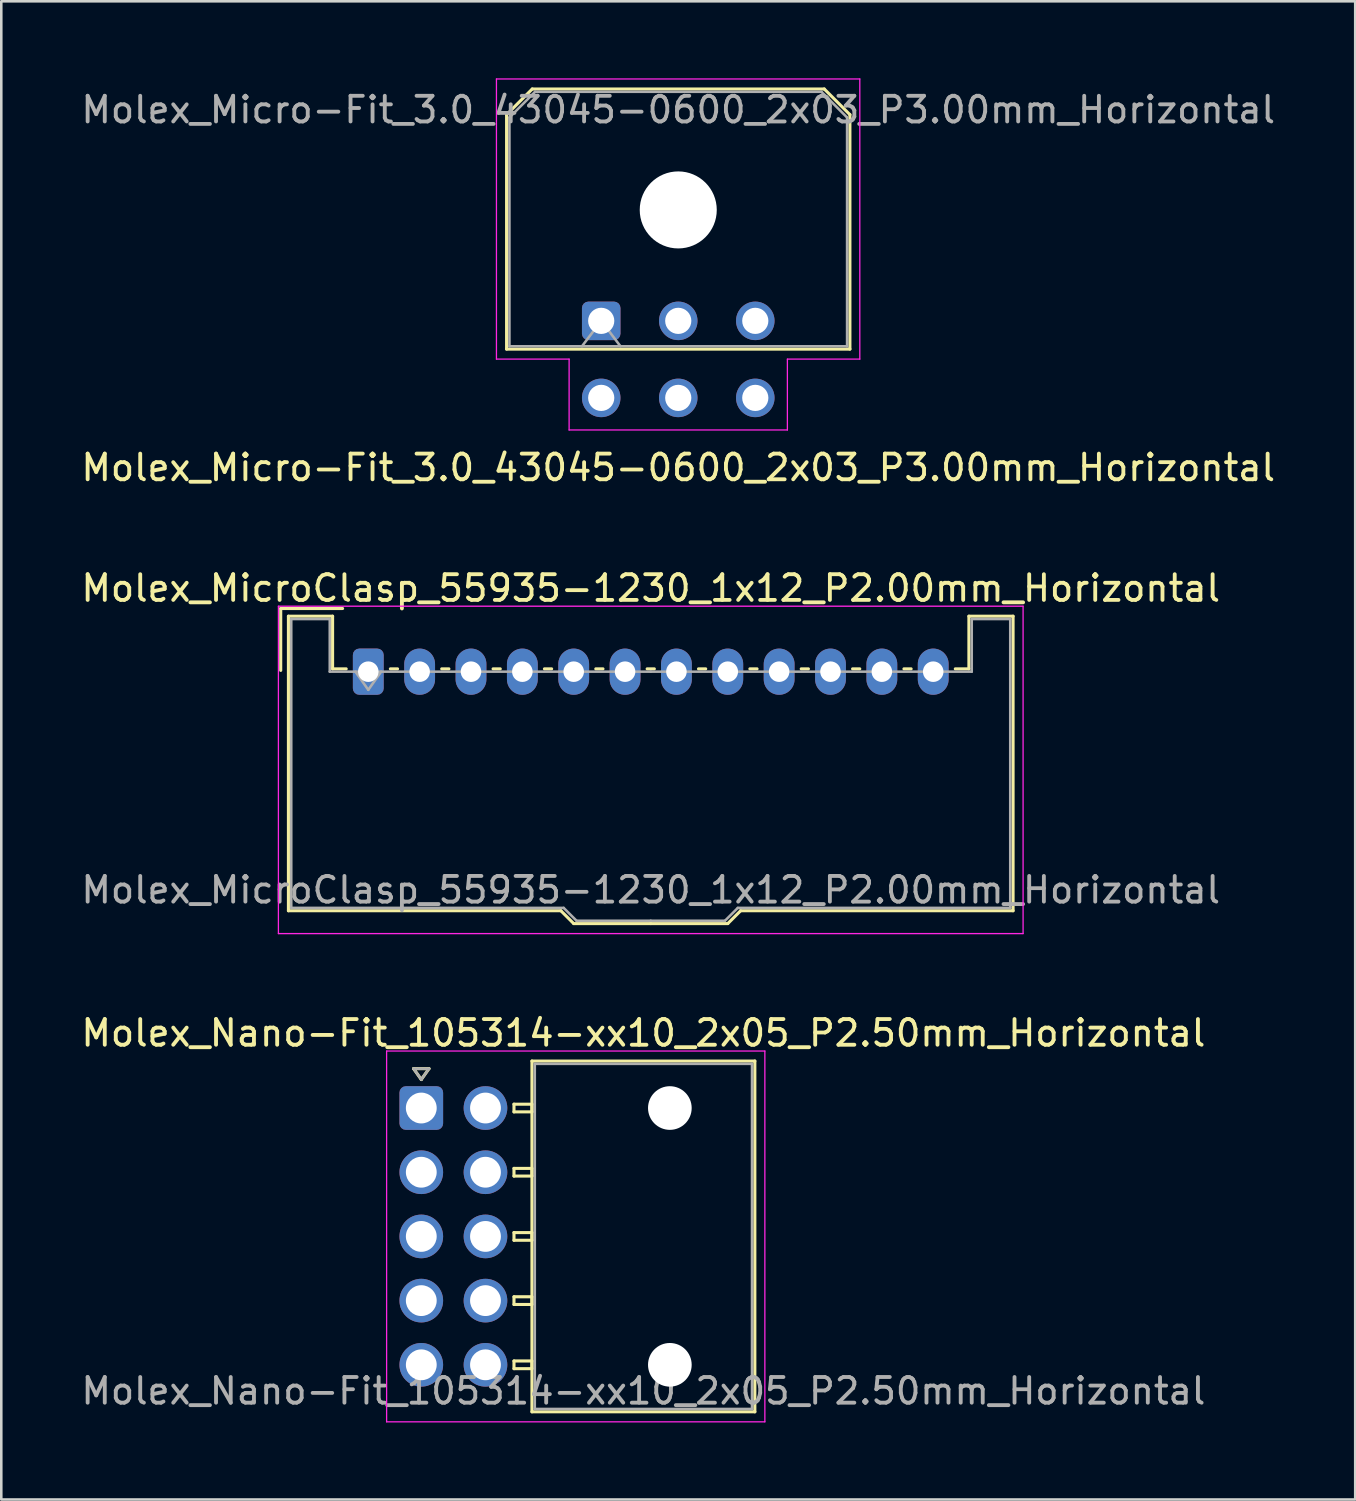
<source format=kicad_pcb>
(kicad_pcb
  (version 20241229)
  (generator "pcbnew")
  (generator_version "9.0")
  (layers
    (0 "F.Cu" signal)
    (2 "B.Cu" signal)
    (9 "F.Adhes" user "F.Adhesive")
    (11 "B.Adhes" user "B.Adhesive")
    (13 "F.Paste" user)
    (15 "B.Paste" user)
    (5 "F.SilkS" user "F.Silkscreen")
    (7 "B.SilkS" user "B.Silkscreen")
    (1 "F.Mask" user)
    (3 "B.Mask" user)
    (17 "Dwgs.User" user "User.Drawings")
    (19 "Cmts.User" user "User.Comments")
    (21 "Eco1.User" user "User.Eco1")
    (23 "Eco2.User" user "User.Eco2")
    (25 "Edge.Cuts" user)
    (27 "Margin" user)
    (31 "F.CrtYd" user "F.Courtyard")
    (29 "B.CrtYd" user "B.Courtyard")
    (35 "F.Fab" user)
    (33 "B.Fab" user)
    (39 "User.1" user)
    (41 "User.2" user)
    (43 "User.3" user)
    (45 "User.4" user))
  (footprint "Molex_Micro-Fit_3.0_43045-0600_2x03_P3.00mm_Horizontal"
    (layer "F.Cu")
    (at 20.363 9.445)
    (property "Reference" "Molex_Micro-Fit_3.0_43045-0600_2x03_P3.00mm_Horizontal" (at 3 5.715 0) (layer "F.SilkS") (effects (font (size 1 1) (thickness 0.15))))
    (attr through_hole)
    (fp_line (start -3.685 -8.03) (end -2.685 -9.03) (stroke (width 0.12) (type solid)) (layer "F.SilkS"))
    (fp_line (start -3.685 1.1) (end -3.685 -8.03) (stroke (width 0.12) (type solid)) (layer "F.SilkS"))
    (fp_line (start -2.685 -9.03) (end 8.685 -9.03) (stroke (width 0.12) (type solid)) (layer "F.SilkS"))
    (fp_line (start 8.685 -9.03) (end 9.685 -8.03) (stroke (width 0.12) (type solid)) (layer "F.SilkS"))
    (fp_line (start 9.685 -8.03) (end 9.685 1.1) (stroke (width 0.12) (type solid)) (layer "F.SilkS"))
    (fp_line (start 9.685 1.1) (end -3.685 1.1) (stroke (width 0.12) (type solid)) (layer "F.SilkS"))
    (fp_line (start -4.08 -9.42) (end 10.07 -9.42) (stroke (width 0.05) (type solid)) (layer "F.CrtYd"))
    (fp_line (start -4.08 1.49) (end -4.08 -9.42) (stroke (width 0.05) (type solid)) (layer "F.CrtYd"))
    (fp_line (start -1.25 1.49) (end -4.08 1.49) (stroke (width 0.05) (type solid)) (layer "F.CrtYd"))
    (fp_line (start -1.25 4.25) (end -1.25 1.49) (stroke (width 0.05) (type solid)) (layer "F.CrtYd"))
    (fp_line (start 7.25 1.49) (end 7.25 4.25) (stroke (width 0.05) (type solid)) (layer "F.CrtYd"))
    (fp_line (start 7.25 4.25) (end -1.25 4.25) (stroke (width 0.05) (type solid)) (layer "F.CrtYd"))
    (fp_line (start 10.07 -9.42) (end 10.07 1.49) (stroke (width 0.05) (type solid)) (layer "F.CrtYd"))
    (fp_line (start 10.07 1.49) (end 7.25 1.49) (stroke (width 0.05) (type solid)) (layer "F.CrtYd"))
    (fp_line (start -3.575 -7.92) (end -2.575 -8.92) (stroke (width 0.1) (type solid)) (layer "F.Fab"))
    (fp_line (start -3.575 0.99) (end -3.575 -7.92) (stroke (width 0.1) (type solid)) (layer "F.Fab"))
    (fp_line (start -2.575 -8.92) (end 8.575 -8.92) (stroke (width 0.1) (type solid)) (layer "F.Fab"))
    (fp_line (start -0.75 0.99) (end 0 0) (stroke (width 0.1) (type solid)) (layer "F.Fab"))
    (fp_line (start 0 0) (end 0.75 0.99) (stroke (width 0.1) (type solid)) (layer "F.Fab"))
    (fp_line (start 8.575 -8.92) (end 9.575 -7.92) (stroke (width 0.1) (type solid)) (layer "F.Fab"))
    (fp_line (start 9.575 -7.92) (end 9.575 0.99) (stroke (width 0.1) (type solid)) (layer "F.Fab"))
    (fp_line (start 9.575 0.99) (end -3.575 0.99) (stroke (width 0.1) (type solid)) (layer "F.Fab"))
    (fp_text user "${REFERENCE}" (at 3 -8.22 0) (layer "F.Fab") (effects (font (size 1 1) (thickness 0.15))))
    (pad "" np_thru_hole circle (at 3 -4.32) (size 3 3) (drill 3) (layers "*.Cu" "*.Mask"))
    (pad "1" thru_hole roundrect (at 0 0) (size 1.5 1.5) (drill 1.02) (layers "*.Cu" "*.Mask") (roundrect_rratio 0.167))
    (pad "2" thru_hole circle (at 3 0) (size 1.5 1.5) (drill 1.02) (layers "*.Cu" "*.Mask"))
    (pad "3" thru_hole circle (at 6 0) (size 1.5 1.5) (drill 1.02) (layers "*.Cu" "*.Mask"))
    (pad "4" thru_hole circle (at 0 3) (size 1.5 1.5) (drill 1.02) (layers "*.Cu" "*.Mask"))
    (pad "5" thru_hole circle (at 3 3) (size 1.5 1.5) (drill 1.02) (layers "*.Cu" "*.Mask"))
    (pad "6" thru_hole circle (at 6 3) (size 1.5 1.5) (drill 1.02) (layers "*.Cu" "*.Mask")))
  (footprint "Molex_MicroClasp_55935-1230_1x12_P2.00mm_Horizontal"
    (layer "F.Cu")
    (at 11.292 23.107)
    (property "Reference" "Molex_MicroClasp_55935-1230_1x12_P2.00mm_Horizontal" (at 11 -3.25 0) (layer "F.SilkS") (effects (font (size 1 1) (thickness 0.15))))
    (attr through_hole)
    (fp_line (start -3.41 -2.46) (end -1 -2.46) (stroke (width 0.12) (type solid)) (layer "F.SilkS"))
    (fp_line (start -3.41 -0.05) (end -3.41 -2.46) (stroke (width 0.12) (type solid)) (layer "F.SilkS"))
    (fp_line (start -3.11 -2.16) (end -1.39 -2.16) (stroke (width 0.12) (type solid)) (layer "F.SilkS"))
    (fp_line (start -3.11 9.31) (end -3.11 -2.16) (stroke (width 0.12) (type solid)) (layer "F.SilkS"))
    (fp_line (start -1.39 -2.16) (end -1.39 -0.11) (stroke (width 0.12) (type solid)) (layer "F.SilkS"))
    (fp_line (start -1.39 -0.11) (end -0.86 -0.11) (stroke (width 0.12) (type solid)) (layer "F.SilkS"))
    (fp_line (start 0.86 -0.11) (end 1.14 -0.11) (stroke (width 0.12) (type solid)) (layer "F.SilkS"))
    (fp_line (start 2.86 -0.11) (end 3.14 -0.11) (stroke (width 0.12) (type solid)) (layer "F.SilkS"))
    (fp_line (start 4.86 -0.11) (end 5.14 -0.11) (stroke (width 0.12) (type solid)) (layer "F.SilkS"))
    (fp_line (start 6.86 -0.11) (end 7.14 -0.11) (stroke (width 0.12) (type solid)) (layer "F.SilkS"))
    (fp_line (start 7.5 9.31) (end -3.11 9.31) (stroke (width 0.12) (type solid)) (layer "F.SilkS"))
    (fp_line (start 8 9.81) (end 7.5 9.31) (stroke (width 0.12) (type solid)) (layer "F.SilkS"))
    (fp_line (start 8.86 -0.11) (end 9.14 -0.11) (stroke (width 0.12) (type solid)) (layer "F.SilkS"))
    (fp_line (start 10.86 -0.11) (end 11.14 -0.11) (stroke (width 0.12) (type solid)) (layer "F.SilkS"))
    (fp_line (start 11 9.81) (end 8 9.81) (stroke (width 0.12) (type solid)) (layer "F.SilkS"))
    (fp_line (start 11 9.81) (end 14 9.81) (stroke (width 0.12) (type solid)) (layer "F.SilkS"))
    (fp_line (start 12.86 -0.11) (end 13.14 -0.11) (stroke (width 0.12) (type solid)) (layer "F.SilkS"))
    (fp_line (start 14 9.81) (end 14.5 9.31) (stroke (width 0.12) (type solid)) (layer "F.SilkS"))
    (fp_line (start 14.5 9.31) (end 25.11 9.31) (stroke (width 0.12) (type solid)) (layer "F.SilkS"))
    (fp_line (start 14.86 -0.11) (end 15.14 -0.11) (stroke (width 0.12) (type solid)) (layer "F.SilkS"))
    (fp_line (start 16.86 -0.11) (end 17.14 -0.11) (stroke (width 0.12) (type solid)) (layer "F.SilkS"))
    (fp_line (start 18.86 -0.11) (end 19.14 -0.11) (stroke (width 0.12) (type solid)) (layer "F.SilkS"))
    (fp_line (start 20.86 -0.11) (end 21.14 -0.11) (stroke (width 0.12) (type solid)) (layer "F.SilkS"))
    (fp_line (start 23.39 -2.16) (end 23.39 -0.11) (stroke (width 0.12) (type solid)) (layer "F.SilkS"))
    (fp_line (start 23.39 -0.11) (end 22.86 -0.11) (stroke (width 0.12) (type solid)) (layer "F.SilkS"))
    (fp_line (start 25.11 -2.16) (end 23.39 -2.16) (stroke (width 0.12) (type solid)) (layer "F.SilkS"))
    (fp_line (start 25.11 9.31) (end 25.11 -2.16) (stroke (width 0.12) (type solid)) (layer "F.SilkS"))
    (fp_line (start -3.5 -2.55) (end -3.5 10.2) (stroke (width 0.05) (type solid)) (layer "F.CrtYd"))
    (fp_line (start -3.5 10.2) (end 25.5 10.2) (stroke (width 0.05) (type solid)) (layer "F.CrtYd"))
    (fp_line (start 25.5 -2.55) (end -3.5 -2.55) (stroke (width 0.05) (type solid)) (layer "F.CrtYd"))
    (fp_line (start 25.5 10.2) (end 25.5 -2.55) (stroke (width 0.05) (type solid)) (layer "F.CrtYd"))
    (fp_line (start -3 -2.05) (end -1.5 -2.05) (stroke (width 0.1) (type solid)) (layer "F.Fab"))
    (fp_line (start -3 9.2) (end -3 -2.05) (stroke (width 0.1) (type solid)) (layer "F.Fab"))
    (fp_line (start -1.5 -2.05) (end -1.5 0) (stroke (width 0.1) (type solid)) (layer "F.Fab"))
    (fp_line (start -1.5 0) (end 11 0) (stroke (width 0.1) (type solid)) (layer "F.Fab"))
    (fp_line (start -0.5 0) (end 0 0.707) (stroke (width 0.1) (type solid)) (layer "F.Fab"))
    (fp_line (start 0 0.707) (end 0.5 0) (stroke (width 0.1) (type solid)) (layer "F.Fab"))
    (fp_line (start 7.61 9.2) (end -3 9.2) (stroke (width 0.1) (type solid)) (layer "F.Fab"))
    (fp_line (start 8.11 9.7) (end 7.61 9.2) (stroke (width 0.1) (type solid)) (layer "F.Fab"))
    (fp_line (start 11 9.7) (end 8.11 9.7) (stroke (width 0.1) (type solid)) (layer "F.Fab"))
    (fp_line (start 11 9.7) (end 13.89 9.7) (stroke (width 0.1) (type solid)) (layer "F.Fab"))
    (fp_line (start 13.89 9.7) (end 14.39 9.2) (stroke (width 0.1) (type solid)) (layer "F.Fab"))
    (fp_line (start 14.39 9.2) (end 25 9.2) (stroke (width 0.1) (type solid)) (layer "F.Fab"))
    (fp_line (start 23.5 -2.05) (end 23.5 0) (stroke (width 0.1) (type solid)) (layer "F.Fab"))
    (fp_line (start 23.5 0) (end 11 0) (stroke (width 0.1) (type solid)) (layer "F.Fab"))
    (fp_line (start 25 -2.05) (end 23.5 -2.05) (stroke (width 0.1) (type solid)) (layer "F.Fab"))
    (fp_line (start 25 9.2) (end 25 -2.05) (stroke (width 0.1) (type solid)) (layer "F.Fab"))
    (fp_text user "${REFERENCE}" (at 11 8.5 0) (layer "F.Fab") (effects (font (size 1 1) (thickness 0.15))))
    (pad "1" thru_hole roundrect (at 0 0) (size 1.2 1.8) (drill 0.8) (layers "*.Cu" "*.Mask") (roundrect_rratio 0.208))
    (pad "2" thru_hole oval (at 2 0) (size 1.2 1.8) (drill 0.8) (layers "*.Cu" "*.Mask"))
    (pad "3" thru_hole oval (at 4 0) (size 1.2 1.8) (drill 0.8) (layers "*.Cu" "*.Mask"))
    (pad "4" thru_hole oval (at 6 0) (size 1.2 1.8) (drill 0.8) (layers "*.Cu" "*.Mask"))
    (pad "5" thru_hole oval (at 8 0) (size 1.2 1.8) (drill 0.8) (layers "*.Cu" "*.Mask"))
    (pad "6" thru_hole oval (at 10 0) (size 1.2 1.8) (drill 0.8) (layers "*.Cu" "*.Mask"))
    (pad "7" thru_hole oval (at 12 0) (size 1.2 1.8) (drill 0.8) (layers "*.Cu" "*.Mask"))
    (pad "8" thru_hole oval (at 14 0) (size 1.2 1.8) (drill 0.8) (layers "*.Cu" "*.Mask"))
    (pad "9" thru_hole oval (at 16 0) (size 1.2 1.8) (drill 0.8) (layers "*.Cu" "*.Mask"))
    (pad "10" thru_hole oval (at 18 0) (size 1.2 1.8) (drill 0.8) (layers "*.Cu" "*.Mask"))
    (pad "11" thru_hole oval (at 20 0) (size 1.2 1.8) (drill 0.8) (layers "*.Cu" "*.Mask"))
    (pad "12" thru_hole oval (at 22 0) (size 1.2 1.8) (drill 0.8) (layers "*.Cu" "*.Mask")))
  (footprint "Molex_Nano-Fit_105314-xx10_2x05_P2.50mm_Horizontal"
    (layer "F.Cu")
    (at 13.356 40.1)
    (property "Reference" "Molex_Nano-Fit_105314-xx10_2x05_P2.50mm_Horizontal" (at 8.65 -2.92 0) (layer "F.SilkS") (effects (font (size 1 1) (thickness 0.15))))
    (attr through_hole)
    (fp_line (start -0.3 -1.534) (end 0 -1.11) (stroke (width 0.12) (type solid)) (layer "F.SilkS"))
    (fp_line (start 0 -1.11) (end 0.3 -1.534) (stroke (width 0.12) (type solid)) (layer "F.SilkS"))
    (fp_line (start 0.3 -1.534) (end -0.3 -1.534) (stroke (width 0.12) (type solid)) (layer "F.SilkS"))
    (fp_line (start 3.61 -0.15) (end 3.61 0.15) (stroke (width 0.12) (type solid)) (layer "F.SilkS"))
    (fp_line (start 3.61 0.15) (end 4.31 0.15) (stroke (width 0.12) (type solid)) (layer "F.SilkS"))
    (fp_line (start 3.61 2.35) (end 3.61 2.65) (stroke (width 0.12) (type solid)) (layer "F.SilkS"))
    (fp_line (start 3.61 2.65) (end 4.31 2.65) (stroke (width 0.12) (type solid)) (layer "F.SilkS"))
    (fp_line (start 3.61 4.85) (end 3.61 5.15) (stroke (width 0.12) (type solid)) (layer "F.SilkS"))
    (fp_line (start 3.61 5.15) (end 4.31 5.15) (stroke (width 0.12) (type solid)) (layer "F.SilkS"))
    (fp_line (start 3.61 7.35) (end 3.61 7.65) (stroke (width 0.12) (type solid)) (layer "F.SilkS"))
    (fp_line (start 3.61 7.65) (end 4.31 7.65) (stroke (width 0.12) (type solid)) (layer "F.SilkS"))
    (fp_line (start 3.61 9.85) (end 3.61 10.15) (stroke (width 0.12) (type solid)) (layer "F.SilkS"))
    (fp_line (start 3.61 10.15) (end 4.31 10.15) (stroke (width 0.12) (type solid)) (layer "F.SilkS"))
    (fp_line (start 4.31 -1.83) (end 4.31 11.83) (stroke (width 0.12) (type solid)) (layer "F.SilkS"))
    (fp_line (start 4.31 -0.15) (end 3.61 -0.15) (stroke (width 0.12) (type solid)) (layer "F.SilkS"))
    (fp_line (start 4.31 0.15) (end 4.31 -0.15) (stroke (width 0.12) (type solid)) (layer "F.SilkS"))
    (fp_line (start 4.31 2.35) (end 3.61 2.35) (stroke (width 0.12) (type solid)) (layer "F.SilkS"))
    (fp_line (start 4.31 2.65) (end 4.31 2.35) (stroke (width 0.12) (type solid)) (layer "F.SilkS"))
    (fp_line (start 4.31 4.85) (end 3.61 4.85) (stroke (width 0.12) (type solid)) (layer "F.SilkS"))
    (fp_line (start 4.31 5.15) (end 4.31 4.85) (stroke (width 0.12) (type solid)) (layer "F.SilkS"))
    (fp_line (start 4.31 7.35) (end 3.61 7.35) (stroke (width 0.12) (type solid)) (layer "F.SilkS"))
    (fp_line (start 4.31 7.65) (end 4.31 7.35) (stroke (width 0.12) (type solid)) (layer "F.SilkS"))
    (fp_line (start 4.31 9.85) (end 3.61 9.85) (stroke (width 0.12) (type solid)) (layer "F.SilkS"))
    (fp_line (start 4.31 10.15) (end 4.31 9.85) (stroke (width 0.12) (type solid)) (layer "F.SilkS"))
    (fp_line (start 4.31 11.83) (end 12.99 11.83) (stroke (width 0.12) (type solid)) (layer "F.SilkS"))
    (fp_line (start 12.99 -1.83) (end 4.31 -1.83) (stroke (width 0.12) (type solid)) (layer "F.SilkS"))
    (fp_line (start 12.99 11.83) (end 12.99 -1.83) (stroke (width 0.12) (type solid)) (layer "F.SilkS"))
    (fp_line (start -1.35 -2.22) (end -1.35 12.22) (stroke (width 0.05) (type solid)) (layer "F.CrtYd"))
    (fp_line (start -1.35 12.22) (end 13.38 12.22) (stroke (width 0.05) (type solid)) (layer "F.CrtYd"))
    (fp_line (start 13.38 -2.22) (end -1.35 -2.22) (stroke (width 0.05) (type solid)) (layer "F.CrtYd"))
    (fp_line (start 13.38 12.22) (end 13.38 -2.22) (stroke (width 0.05) (type solid)) (layer "F.CrtYd"))
    (fp_line (start -0.3 -1.534) (end 0 -1.11) (stroke (width 0.1) (type solid)) (layer "F.Fab"))
    (fp_line (start 0 -1.11) (end 0.3 -1.534) (stroke (width 0.1) (type solid)) (layer "F.Fab"))
    (fp_line (start 0.3 -1.534) (end -0.3 -1.534) (stroke (width 0.1) (type solid)) (layer "F.Fab"))
    (fp_line (start 4.42 -1.72) (end 4.42 11.72) (stroke (width 0.1) (type solid)) (layer "F.Fab"))
    (fp_line (start 4.42 11.72) (end 12.88 11.72) (stroke (width 0.1) (type solid)) (layer "F.Fab"))
    (fp_line (start 12.88 -1.72) (end 4.42 -1.72) (stroke (width 0.1) (type solid)) (layer "F.Fab"))
    (fp_line (start 12.88 11.72) (end 12.88 -1.72) (stroke (width 0.1) (type solid)) (layer "F.Fab"))
    (fp_text user "${REFERENCE}" (at 8.65 11.02 0) (layer "F.Fab") (effects (font (size 1 1) (thickness 0.15))))
    (pad "" np_thru_hole circle (at 9.68 0) (size 1.7 1.7) (drill 1.7) (layers "*.Cu" "*.Mask"))
    (pad "" np_thru_hole circle (at 9.68 10) (size 1.7 1.7) (drill 1.7) (layers "*.Cu" "*.Mask"))
    (pad "1" thru_hole roundrect (at 0 0) (size 1.7 1.7) (drill 1.2) (layers "*.Cu" "*.Mask") (roundrect_rratio 0.147))
    (pad "2" thru_hole circle (at 0 2.5) (size 1.7 1.7) (drill 1.2) (layers "*.Cu" "*.Mask"))
    (pad "3" thru_hole circle (at 0 5) (size 1.7 1.7) (drill 1.2) (layers "*.Cu" "*.Mask"))
    (pad "4" thru_hole circle (at 0 7.5) (size 1.7 1.7) (drill 1.2) (layers "*.Cu" "*.Mask"))
    (pad "5" thru_hole circle (at 0 10) (size 1.7 1.7) (drill 1.2) (layers "*.Cu" "*.Mask"))
    (pad "6" thru_hole circle (at 2.5 0) (size 1.7 1.7) (drill 1.2) (layers "*.Cu" "*.Mask"))
    (pad "7" thru_hole circle (at 2.5 2.5) (size 1.7 1.7) (drill 1.2) (layers "*.Cu" "*.Mask"))
    (pad "8" thru_hole circle (at 2.5 5) (size 1.7 1.7) (drill 1.2) (layers "*.Cu" "*.Mask"))
    (pad "9" thru_hole circle (at 2.5 7.5) (size 1.7 1.7) (drill 1.2) (layers "*.Cu" "*.Mask"))
    (pad "10" thru_hole circle (at 2.5 10) (size 1.7 1.7) (drill 1.2) (layers "*.Cu" "*.Mask")))
  (gr_rect
    (start -3 -3)
    (end 49.726 55.345)
    (stroke (width 0.1) (type default))
    (fill no)
    (layer "Edge.Cuts")))
</source>
